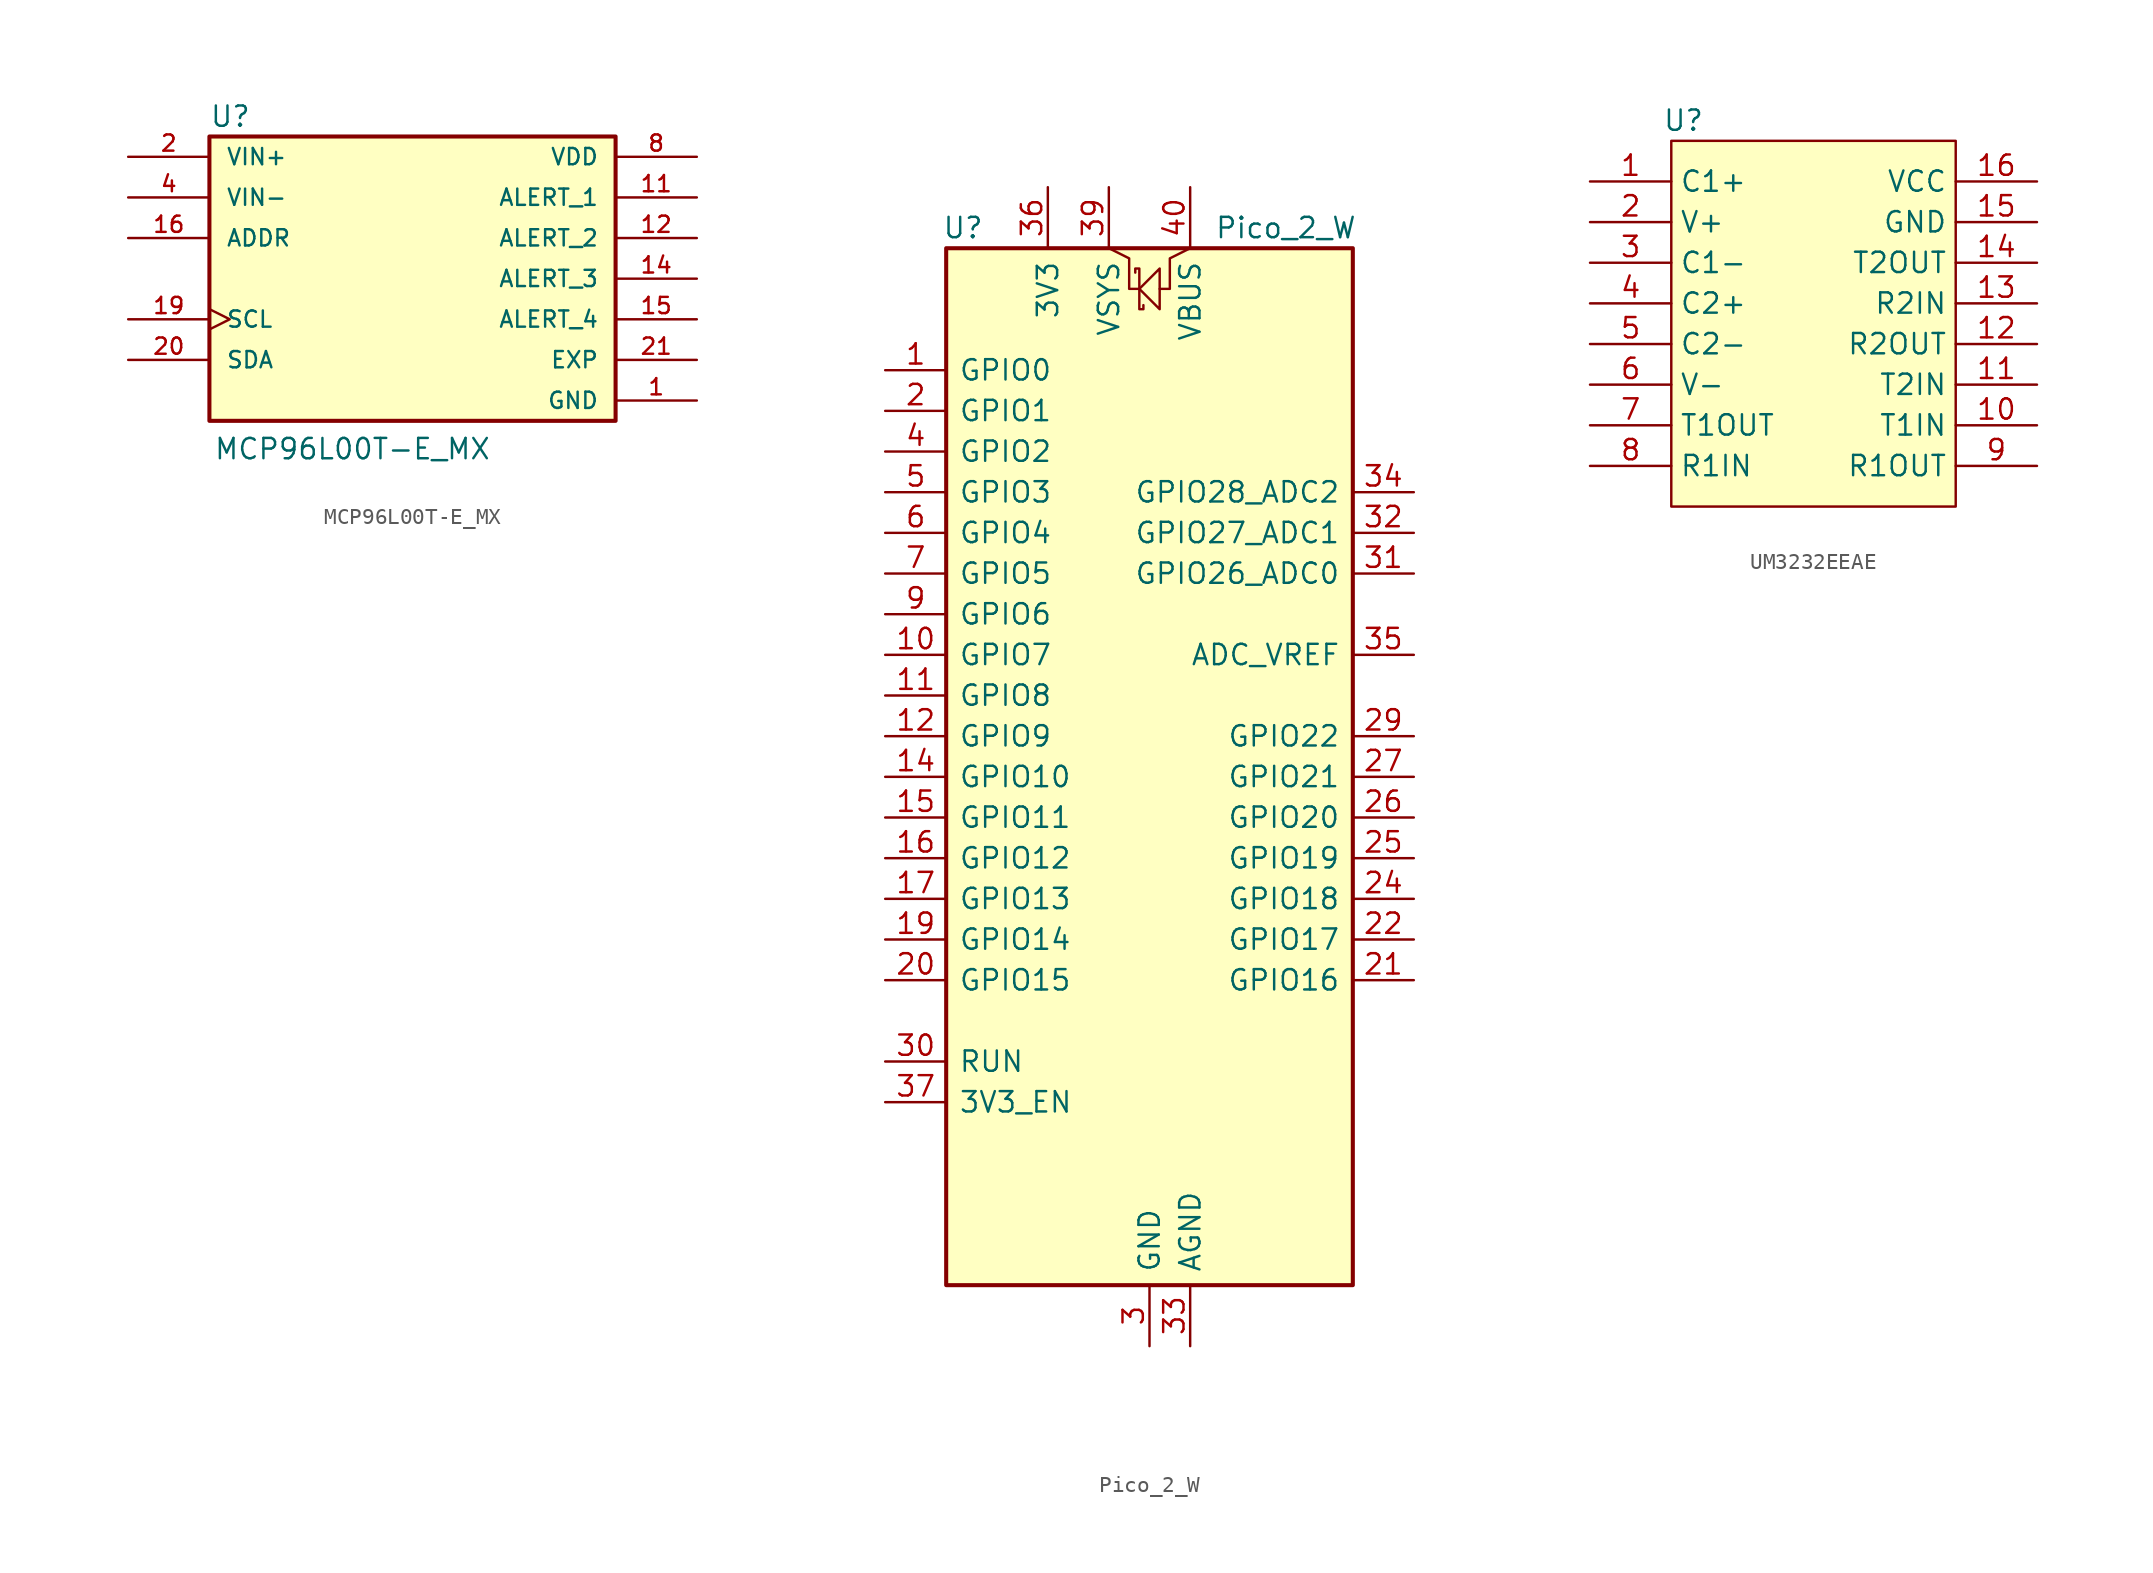
<source format=kicad_sym>
(kicad_symbol_lib
  (version 20241209)
  (generator "kicad_symbol_editor")
  (generator_version "9.0")
  (symbol "MCP96L00T-E_MX"
    (pin_names
      (offset 1.016))
    (property "Reference" "U"
      (at -12.7 9.398 0)
      (effects (font (size 1.27 1.27)) (justify left bottom)))
    (property "Value" "MCP96L00T-E_MX"
      (at -12.446 -9.906 0)
      (effects (font (size 1.27 1.27)) (justify left top)))
    (symbol "MCP96L00T-E_MX_0_0"
      (rectangle (start -12.7 8.89) (end 12.7 -8.89) (stroke (width 0.254) (type default)) (fill (type background)))
      (pin input line (at -17.78 7.62 0) (length 5.08) (name "VIN+" (effects (font (size 1.016 1.016)))) (number "2" (effects (font (size 1.016 1.016)))))
      (pin input line (at -17.78 5.08 0) (length 5.08) (name "VIN-" (effects (font (size 1.016 1.016)))) (number "4" (effects (font (size 1.016 1.016)))))
      (pin input line (at -17.78 2.54 0) (length 5.08) (name "ADDR" (effects (font (size 1.016 1.016)))) (number "16" (effects (font (size 1.016 1.016)))))
      (pin input clock (at -17.78 -2.54 0) (length 5.08) (name "SCL" (effects (font (size 1.016 1.016)))) (number "19" (effects (font (size 1.016 1.016)))))
      (pin bidirectional line (at -17.78 -5.08 0) (length 5.08) (name "SDA" (effects (font (size 1.016 1.016)))) (number "20" (effects (font (size 1.016 1.016)))))
      (pin power_in line (at 17.78 7.62 180) (length 5.08) (name "VDD" (effects (font (size 1.016 1.016)))) (number "8" (effects (font (size 1.016 1.016)))))
      (pin output line (at 17.78 5.08 180) (length 5.08) (name "ALERT_1" (effects (font (size 1.016 1.016)))) (number "11" (effects (font (size 1.016 1.016)))))
      (pin output line (at 17.78 2.54 180) (length 5.08) (name "ALERT_2" (effects (font (size 1.016 1.016)))) (number "12" (effects (font (size 1.016 1.016)))))
      (pin output line (at 17.78 0 180) (length 5.08) (name "ALERT_3" (effects (font (size 1.016 1.016)))) (number "14" (effects (font (size 1.016 1.016)))))
      (pin output line (at 17.78 -2.54 180) (length 5.08) (name "ALERT_4" (effects (font (size 1.016 1.016)))) (number "15" (effects (font (size 1.016 1.016)))))
      (pin power_in line (at 17.78 -5.08 180) (length 5.08) (name "EXP" (effects (font (size 1.016 1.016)))) (number "21" (effects (font (size 1.016 1.016)))))
      (pin power_in line (at 17.78 -7.62 180) (length 5.08) (name "GND" (effects (font (size 1.016 1.016)))) (number "1" (effects (font (size 1.016 1.016))))))
    (symbol "MCP96L00T-E_MX_1_0"
      (pin power_in line (at 17.78 -5.08 180) (length 5.08) (hide yes) (name "EXP__1" (effects (font (size 1.016 1.016)))) (number "22" (effects (font (size 1.016 1.016)))))
      (pin power_in line (at 17.78 -5.08 180) (length 5.08) (hide yes) (name "EXP__2" (effects (font (size 1.016 1.016)))) (number "23" (effects (font (size 1.016 1.016)))))
      (pin power_in line (at 17.78 -5.08 180) (length 5.08) (hide yes) (name "EXP__3" (effects (font (size 1.016 1.016)))) (number "24" (effects (font (size 1.016 1.016)))))
      (pin power_in line (at 17.78 -5.08 180) (length 5.08) (hide yes) (name "EXP__4" (effects (font (size 1.016 1.016)))) (number "25" (effects (font (size 1.016 1.016)))))
      (pin power_in line (at 17.78 -5.08 180) (length 5.08) (hide yes) (name "EXP__5" (effects (font (size 1.016 1.016)))) (number "26" (effects (font (size 1.016 1.016)))))
      (pin power_in line (at 17.78 -5.08 180) (length 5.08) (hide yes) (name "EXP__6" (effects (font (size 1.016 1.016)))) (number "27" (effects (font (size 1.016 1.016)))))
      (pin power_in line (at 17.78 -5.08 180) (length 5.08) (hide yes) (name "EXP__7" (effects (font (size 1.016 1.016)))) (number "28" (effects (font (size 1.016 1.016)))))
      (pin power_in line (at 17.78 -5.08 180) (length 5.08) (hide yes) (name "EXP__8" (effects (font (size 1.016 1.016)))) (number "29" (effects (font (size 1.016 1.016)))))
      (pin power_in line (at 17.78 -5.08 180) (length 5.08) (hide yes) (name "EXP__9" (effects (font (size 1.016 1.016)))) (number "30" (effects (font (size 1.016 1.016)))))
      (pin power_in line (at 17.78 -7.62 180) (length 5.08) (hide yes) (name "GND__6" (effects (font (size 1.016 1.016)))) (number "10" (effects (font (size 1.016 1.016)))))
      (pin power_in line (at 17.78 -7.62 180) (length 5.08) (hide yes) (name "GND__7" (effects (font (size 1.016 1.016)))) (number "13" (effects (font (size 1.016 1.016)))))
      (pin power_in line (at 17.78 -7.62 180) (length 5.08) (hide yes) (name "GND__8" (effects (font (size 1.016 1.016)))) (number "17" (effects (font (size 1.016 1.016)))))
      (pin power_in line (at 17.78 -7.62 180) (length 5.08) (hide yes) (name "GND__9" (effects (font (size 1.016 1.016)))) (number "18" (effects (font (size 1.016 1.016)))))
      (pin power_in line (at 17.78 -7.62 180) (length 5.08) (hide yes) (name "GND__1" (effects (font (size 1.016 1.016)))) (number "3" (effects (font (size 1.016 1.016)))))
      (pin power_in line (at 17.78 -7.62 180) (length 5.08) (hide yes) (name "GND__2" (effects (font (size 1.016 1.016)))) (number "5" (effects (font (size 1.016 1.016)))))
      (pin power_in line (at 17.78 -7.62 180) (length 5.08) (hide yes) (name "GND__3" (effects (font (size 1.016 1.016)))) (number "6" (effects (font (size 1.016 1.016)))))
      (pin power_in line (at 17.78 -7.62 180) (length 5.08) (hide yes) (name "GND__4" (effects (font (size 1.016 1.016)))) (number "7" (effects (font (size 1.016 1.016)))))
      (pin power_in line (at 17.78 -7.62 180) (length 5.08) (hide yes) (name "GND__5" (effects (font (size 1.016 1.016)))) (number "9" (effects (font (size 1.016 1.016)))))))
  (symbol "Pico_2_W"
    (pin_names
      (offset 0.762))
    (property "Reference" "U"
      (at -12.954 31.75 0)
      (effects (font (size 1.27 1.27)) (justify left)))
    (property "Value" "Pico_2_W"
      (at 4.064 31.75 0)
      (effects (font (size 1.27 1.27)) (justify left)))
    (symbol "Pico_2_W_0_1"
      (rectangle (start -12.7 30.48) (end 12.7 -34.29) (stroke (width 0.254) (type default)) (fill (type background)))
      (polyline (pts (xy -2.54 30.48) (xy -1.27 29.845) (xy -1.27 27.94) (xy -0.635 27.94)) (stroke (width 0) (type default)) (fill (type none)))
      (polyline (pts (xy -0.889 28.956) (xy -0.889 29.21) (xy -0.635 29.21) (xy -0.635 26.67) (xy -0.381 26.67) (xy -0.381 26.924)) (stroke (width 0) (type default)) (fill (type none)))
      (polyline (pts (xy -0.635 27.94) (xy 0.635 29.21) (xy 0.635 26.67) (xy -0.635 27.94)) (stroke (width 0) (type default)) (fill (type none)))
      (polyline (pts (xy 2.54 30.48) (xy 1.27 29.845) (xy 1.27 27.94) (xy 0.635 27.94)) (stroke (width 0) (type default)) (fill (type none))))
    (symbol "Pico_2_W_1_1"
      (pin bidirectional line (at -16.51 22.86 0) (length 3.81) (name "GPIO0" (effects (font (size 1.27 1.27)))) (number "1" (effects (font (size 1.27 1.27)))) (alternate "I2C0_SDA" bidirectional line) (alternate "PWM0_A" output line) (alternate "SPI0_RX" input line) (alternate "UART0_TX" output line) (alternate "USB_OVCUR_DET" input line))
      (pin bidirectional line (at -16.51 20.32 0) (length 3.81) (name "GPIO1" (effects (font (size 1.27 1.27)))) (number "2" (effects (font (size 1.27 1.27)))) (alternate "I2C0_SCL" bidirectional clock) (alternate "PWM0_B" bidirectional line) (alternate "UART0_RX" input line) (alternate "USB_VBUS_DET" passive line) (alternate "~{SPI0_CSn}" bidirectional line))
      (pin bidirectional line (at -16.51 17.78 0) (length 3.81) (name "GPIO2" (effects (font (size 1.27 1.27)))) (number "4" (effects (font (size 1.27 1.27)))) (alternate "I2C1_SDA" bidirectional line) (alternate "PWM1_A" output line) (alternate "SPI0_SCK" bidirectional clock) (alternate "UART0_CTS" input line) (alternate "USB_VBUS_DET" input line))
      (pin bidirectional line (at -16.51 15.24 0) (length 3.81) (name "GPIO3" (effects (font (size 1.27 1.27)))) (number "5" (effects (font (size 1.27 1.27)))) (alternate "I2C1_SCL" bidirectional clock) (alternate "PWM1_B" bidirectional line) (alternate "SPI0_TX" output line) (alternate "UART0_RTS" output line) (alternate "USB_OVCUR_DET" input line))
      (pin bidirectional line (at -16.51 12.7 0) (length 3.81) (name "GPIO4" (effects (font (size 1.27 1.27)))) (number "6" (effects (font (size 1.27 1.27)))) (alternate "I2C0_SDA" bidirectional line) (alternate "PWM2_A" output line) (alternate "SPI0_RX" input line) (alternate "UART1_TX" output line) (alternate "USB_VBUS_DET" input line))
      (pin bidirectional line (at -16.51 10.16 0) (length 3.81) (name "GPIO5" (effects (font (size 1.27 1.27)))) (number "7" (effects (font (size 1.27 1.27)))) (alternate "I2C0_SCL" bidirectional clock) (alternate "PWM2_B" bidirectional line) (alternate "UART1_RX" input line) (alternate "USB_VBUS_EN" output line) (alternate "~{SPI0_CSn}" bidirectional line))
      (pin bidirectional line (at -16.51 7.62 0) (length 3.81) (name "GPIO6" (effects (font (size 1.27 1.27)))) (number "9" (effects (font (size 1.27 1.27)))) (alternate "I2C1_SDA" bidirectional line) (alternate "PWM3_A" output line) (alternate "SPI0_SCK" bidirectional clock) (alternate "UART1_CTS" input line) (alternate "USB_OVCUR_DET" input line))
      (pin bidirectional line (at -16.51 5.08 0) (length 3.81) (name "GPIO7" (effects (font (size 1.27 1.27)))) (number "10" (effects (font (size 1.27 1.27)))) (alternate "I2C1_SCL" bidirectional clock) (alternate "PWM3_B" bidirectional line) (alternate "SPI0_TX" output line) (alternate "UART1_RTS" output line) (alternate "USB_VBUS_DET" input line))
      (pin bidirectional line (at -16.51 2.54 0) (length 3.81) (name "GPIO8" (effects (font (size 1.27 1.27)))) (number "11" (effects (font (size 1.27 1.27)))) (alternate "I2C0_SDA" bidirectional line) (alternate "PWM4_A" output line) (alternate "SPI1_RX" input line) (alternate "UART1_TX" output line) (alternate "USB_VBUS_EN" output line))
      (pin bidirectional line (at -16.51 0 0) (length 3.81) (name "GPIO9" (effects (font (size 1.27 1.27)))) (number "12" (effects (font (size 1.27 1.27)))) (alternate "I2C0_SCL" bidirectional clock) (alternate "PWM4_B" bidirectional line) (alternate "UART1_RX" input line) (alternate "USB_OVCUR_DET" input line) (alternate "~{SPI1_CSn}" bidirectional line))
      (pin bidirectional line (at -16.51 -2.54 0) (length 3.81) (name "GPIO10" (effects (font (size 1.27 1.27)))) (number "14" (effects (font (size 1.27 1.27)))) (alternate "I2C1_SDA" bidirectional line) (alternate "PWM5_A" output line) (alternate "SPI1_SCK" bidirectional clock) (alternate "UART1_CTS" input line) (alternate "USB_VBUS_DET" input line))
      (pin bidirectional line (at -16.51 -5.08 0) (length 3.81) (name "GPIO11" (effects (font (size 1.27 1.27)))) (number "15" (effects (font (size 1.27 1.27)))) (alternate "I2C1_SCL" bidirectional clock) (alternate "PWM5_B" bidirectional line) (alternate "SPI1_TX" output line) (alternate "UART1_RTS" output line) (alternate "USB_VBUS_EN" output line))
      (pin bidirectional line (at -16.51 -7.62 0) (length 3.81) (name "GPIO12" (effects (font (size 1.27 1.27)))) (number "16" (effects (font (size 1.27 1.27)))) (alternate "I2C0_SDA" bidirectional line) (alternate "PWM6_A" output line) (alternate "SPI1_RX" input line) (alternate "UART0_TX" output line) (alternate "USB_OVCUR_DET" input line))
      (pin bidirectional line (at -16.51 -10.16 0) (length 3.81) (name "GPIO13" (effects (font (size 1.27 1.27)))) (number "17" (effects (font (size 1.27 1.27)))) (alternate "I2C0_SCL" bidirectional clock) (alternate "PWM6_B" bidirectional line) (alternate "UART0_RX" input line) (alternate "USB_VBUS_DET" input line) (alternate "~{SPI1_CSn}" bidirectional line))
      (pin bidirectional line (at -16.51 -12.7 0) (length 3.81) (name "GPIO14" (effects (font (size 1.27 1.27)))) (number "19" (effects (font (size 1.27 1.27)))) (alternate "I2C1_SDA" bidirectional line) (alternate "PWM7_A" output line) (alternate "SPI1_SCK" bidirectional clock) (alternate "UART0_CTS" input line) (alternate "USB_VBUS_EN" output line))
      (pin bidirectional line (at -16.51 -15.24 0) (length 3.81) (name "GPIO15" (effects (font (size 1.27 1.27)))) (number "20" (effects (font (size 1.27 1.27)))) (alternate "I2C1_SCL" bidirectional clock) (alternate "PWM7_B" bidirectional line) (alternate "SPI1_TX" output line) (alternate "UART0_RTS" output line) (alternate "USB_OVCUR_DET" input line))
      (pin input line (at -16.51 -20.32 0) (length 3.81) (name "RUN" (effects (font (size 1.27 1.27)))) (number "30" (effects (font (size 1.27 1.27)))) (alternate "~{RESET}" input line))
      (pin input line (at -16.51 -22.86 0) (length 3.81) (name "3V3_EN" (effects (font (size 1.27 1.27)))) (number "37" (effects (font (size 1.27 1.27)))) (alternate "~{3V3_DISABLE}" input line))
      (pin power_out line (at -6.35 34.29 270) (length 3.81) (name "3V3" (effects (font (size 1.27 1.27)))) (number "36" (effects (font (size 1.27 1.27)))))
      (pin power_in line (at -2.54 34.29 270) (length 3.81) (name "VSYS" (effects (font (size 1.27 1.27)))) (number "39" (effects (font (size 1.27 1.27)))) (alternate "VSYS_IN" power_in line) (alternate "VSYS_OUT" power_out line))
      (pin passive line (at 0 -38.1 90) (length 3.81) (hide yes) (name "GND" (effects (font (size 1.27 1.27)))) (number "13" (effects (font (size 1.27 1.27)))))
      (pin passive line (at 0 -38.1 90) (length 3.81) (hide yes) (name "GND" (effects (font (size 1.27 1.27)))) (number "18" (effects (font (size 1.27 1.27)))))
      (pin passive line (at 0 -38.1 90) (length 3.81) (hide yes) (name "GND" (effects (font (size 1.27 1.27)))) (number "23" (effects (font (size 1.27 1.27)))))
      (pin passive line (at 0 -38.1 90) (length 3.81) (hide yes) (name "GND" (effects (font (size 1.27 1.27)))) (number "28" (effects (font (size 1.27 1.27)))))
      (pin power_in line (at 0 -38.1 90) (length 3.81) (name "GND" (effects (font (size 1.27 1.27)))) (number "3" (effects (font (size 1.27 1.27)))) (alternate "GND_IN" power_in line))
      (pin passive line (at 0 -38.1 90) (length 3.81) (hide yes) (name "GND" (effects (font (size 1.27 1.27)))) (number "38" (effects (font (size 1.27 1.27)))))
      (pin passive line (at 0 -38.1 90) (length 3.81) (hide yes) (name "GND" (effects (font (size 1.27 1.27)))) (number "8" (effects (font (size 1.27 1.27)))))
      (pin power_out line (at 2.54 34.29 270) (length 3.81) (name "VBUS" (effects (font (size 1.27 1.27)))) (number "40" (effects (font (size 1.27 1.27)))) (alternate "VBUS_HOST" power_in line))
      (pin power_in line (at 2.54 -38.1 90) (length 3.81) (name "AGND" (effects (font (size 1.27 1.27)))) (number "33" (effects (font (size 1.27 1.27)))) (alternate "GND" passive line))
      (pin bidirectional line (at 16.51 15.24 180) (length 3.81) (name "GPIO28_ADC2" (effects (font (size 1.27 1.27)))) (number "34" (effects (font (size 1.27 1.27)))) (alternate "ADC2" input line) (alternate "GPIO28" bidirectional line) (alternate "I2C0_SDA" bidirectional line) (alternate "PWM6_A" output line) (alternate "SPI1_RX" input line) (alternate "UART0_TX" output line) (alternate "USB_VBUS_DET" input line))
      (pin bidirectional line (at 16.51 12.7 180) (length 3.81) (name "GPIO27_ADC1" (effects (font (size 1.27 1.27)))) (number "32" (effects (font (size 1.27 1.27)))) (alternate "ADC1" input line) (alternate "GPIO27" bidirectional line) (alternate "I2C1_SCL" bidirectional clock) (alternate "PWM5_B" bidirectional line) (alternate "SPI1_TX" output line) (alternate "UART1_RTS" output line) (alternate "USB_OVCUR_DET" input line))
      (pin bidirectional line (at 16.51 10.16 180) (length 3.81) (name "GPIO26_ADC0" (effects (font (size 1.27 1.27)))) (number "31" (effects (font (size 1.27 1.27)))) (alternate "ADC0" input line) (alternate "GPIO26" bidirectional line) (alternate "I2C1_SDA" bidirectional line) (alternate "PWM5_A" output line) (alternate "SPI1_SCK" bidirectional clock) (alternate "UART1_CTS" input line) (alternate "USB_VBUS_EN" output line))
      (pin power_in line (at 16.51 5.08 180) (length 3.81) (name "ADC_VREF" (effects (font (size 1.27 1.27)))) (number "35" (effects (font (size 1.27 1.27)))))
      (pin bidirectional line (at 16.51 0 180) (length 3.81) (name "GPIO22" (effects (font (size 1.27 1.27)))) (number "29" (effects (font (size 1.27 1.27)))) (alternate "CLOCK_GPIN1" input clock) (alternate "I2C1_SDA" bidirectional line) (alternate "PWM3_A" output line) (alternate "SPI0_SCK" bidirectional clock) (alternate "UART1_CTS" input line) (alternate "USB_VBUS_DET" input line))
      (pin bidirectional line (at 16.51 -2.54 180) (length 3.81) (name "GPIO21" (effects (font (size 1.27 1.27)))) (number "27" (effects (font (size 1.27 1.27)))) (alternate "CLOCK_GPOUT0" output clock) (alternate "I2C0_SCL" bidirectional clock) (alternate "PWM2_B" bidirectional line) (alternate "UART1_RX" input line) (alternate "USB_OVCUR_DET" input line) (alternate "~{SPI0_CSn}" bidirectional line))
      (pin bidirectional line (at 16.51 -5.08 180) (length 3.81) (name "GPIO20" (effects (font (size 1.27 1.27)))) (number "26" (effects (font (size 1.27 1.27)))) (alternate "CLOCK_GPIN0" input clock) (alternate "I2C0_SDA" bidirectional line) (alternate "PWM2_A" output line) (alternate "SPI0_RX" input line) (alternate "UART1_TX" output line) (alternate "USB_VBUS_EN" output line))
      (pin bidirectional line (at 16.51 -7.62 180) (length 3.81) (name "GPIO19" (effects (font (size 1.27 1.27)))) (number "25" (effects (font (size 1.27 1.27)))) (alternate "I2C1_SCL" bidirectional clock) (alternate "PWM1_B" bidirectional line) (alternate "SPI0_TX" output line) (alternate "UART0_RTS" output line) (alternate "USB_VBUS_DET" input line))
      (pin bidirectional line (at 16.51 -10.16 180) (length 3.81) (name "GPIO18" (effects (font (size 1.27 1.27)))) (number "24" (effects (font (size 1.27 1.27)))) (alternate "I2C1_SDA" bidirectional line) (alternate "PWM1_A" output line) (alternate "SPI0_SCK" bidirectional clock) (alternate "UART0_CTS" input line) (alternate "USB_OVCUR_DET" input line))
      (pin bidirectional line (at 16.51 -12.7 180) (length 3.81) (name "GPIO17" (effects (font (size 1.27 1.27)))) (number "22" (effects (font (size 1.27 1.27)))) (alternate "I2C0_SCL" bidirectional clock) (alternate "PWM0_B" bidirectional line) (alternate "UART0_RX" input line) (alternate "USB_VBUS_EN" output line) (alternate "~{SPI0_CSn}" bidirectional line))
      (pin bidirectional line (at 16.51 -15.24 180) (length 3.81) (name "GPIO16" (effects (font (size 1.27 1.27)))) (number "21" (effects (font (size 1.27 1.27)))) (alternate "I2C0_SDA" bidirectional line) (alternate "PWM0_A" output line) (alternate "SPI0_RX" input line) (alternate "UART0_TX" output line) (alternate "USB_VBUS_DET" input line))))
  (symbol "UM3232EEAE"
    (property "Reference" "U"
      (at -8.128 12.7 0)
      (effects (font (size 1.27 1.27))))
    (property "Value" ""
      (at 0 0 0)
      (effects (font (size 1.27 1.27))))
    (symbol "UM3232EEAE_1_0"
      (pin bidirectional line (at -13.97 8.89 0) (length 5.08) (name "C1+" (effects (font (size 1.27 1.27)))) (number "1" (effects (font (size 1.27 1.27)))))
      (pin bidirectional line (at -13.97 6.35 0) (length 5.08) (name "V+" (effects (font (size 1.27 1.27)))) (number "2" (effects (font (size 1.27 1.27)))))
      (pin bidirectional line (at -13.97 3.81 0) (length 5.08) (name "C1-" (effects (font (size 1.27 1.27)))) (number "3" (effects (font (size 1.27 1.27)))))
      (pin bidirectional line (at -13.97 1.27 0) (length 5.08) (name "C2+" (effects (font (size 1.27 1.27)))) (number "4" (effects (font (size 1.27 1.27)))))
      (pin bidirectional line (at -13.97 -1.27 0) (length 5.08) (name "C2-" (effects (font (size 1.27 1.27)))) (number "5" (effects (font (size 1.27 1.27)))))
      (pin bidirectional line (at -13.97 -3.81 0) (length 5.08) (name "V-" (effects (font (size 1.27 1.27)))) (number "6" (effects (font (size 1.27 1.27)))))
      (pin bidirectional line (at -13.97 -6.35 0) (length 5.08) (name "T1OUT" (effects (font (size 1.27 1.27)))) (number "7" (effects (font (size 1.27 1.27)))))
      (pin bidirectional line (at -13.97 -8.89 0) (length 5.08) (name "R1IN" (effects (font (size 1.27 1.27)))) (number "8" (effects (font (size 1.27 1.27)))))
      (pin bidirectional line (at 13.97 8.89 180) (length 5.08) (name "VCC" (effects (font (size 1.27 1.27)))) (number "16" (effects (font (size 1.27 1.27)))))
      (pin power_in line (at 13.97 6.35 180) (length 5.08) (name "GND" (effects (font (size 1.27 1.27)))) (number "15" (effects (font (size 1.27 1.27)))))
      (pin bidirectional line (at 13.97 3.81 180) (length 5.08) (name "T2OUT" (effects (font (size 1.27 1.27)))) (number "14" (effects (font (size 1.27 1.27)))))
      (pin bidirectional line (at 13.97 1.27 180) (length 5.08) (name "R2IN" (effects (font (size 1.27 1.27)))) (number "13" (effects (font (size 1.27 1.27)))))
      (pin bidirectional line (at 13.97 -1.27 180) (length 5.08) (name "R2OUT" (effects (font (size 1.27 1.27)))) (number "12" (effects (font (size 1.27 1.27)))))
      (pin bidirectional line (at 13.97 -3.81 180) (length 5.08) (name "T2IN" (effects (font (size 1.27 1.27)))) (number "11" (effects (font (size 1.27 1.27)))))
      (pin bidirectional line (at 13.97 -6.35 180) (length 5.08) (name "T1IN" (effects (font (size 1.27 1.27)))) (number "10" (effects (font (size 1.27 1.27)))))
      (pin bidirectional line (at 13.97 -8.89 180) (length 5.08) (name "R1OUT" (effects (font (size 1.27 1.27)))) (number "9" (effects (font (size 1.27 1.27))))))
    (symbol "UM3232EEAE_1_1"
      (rectangle (start -8.89 11.43) (end 8.89 -11.43) (stroke (width 0) (type default)) (fill (type background))))))
</source>
